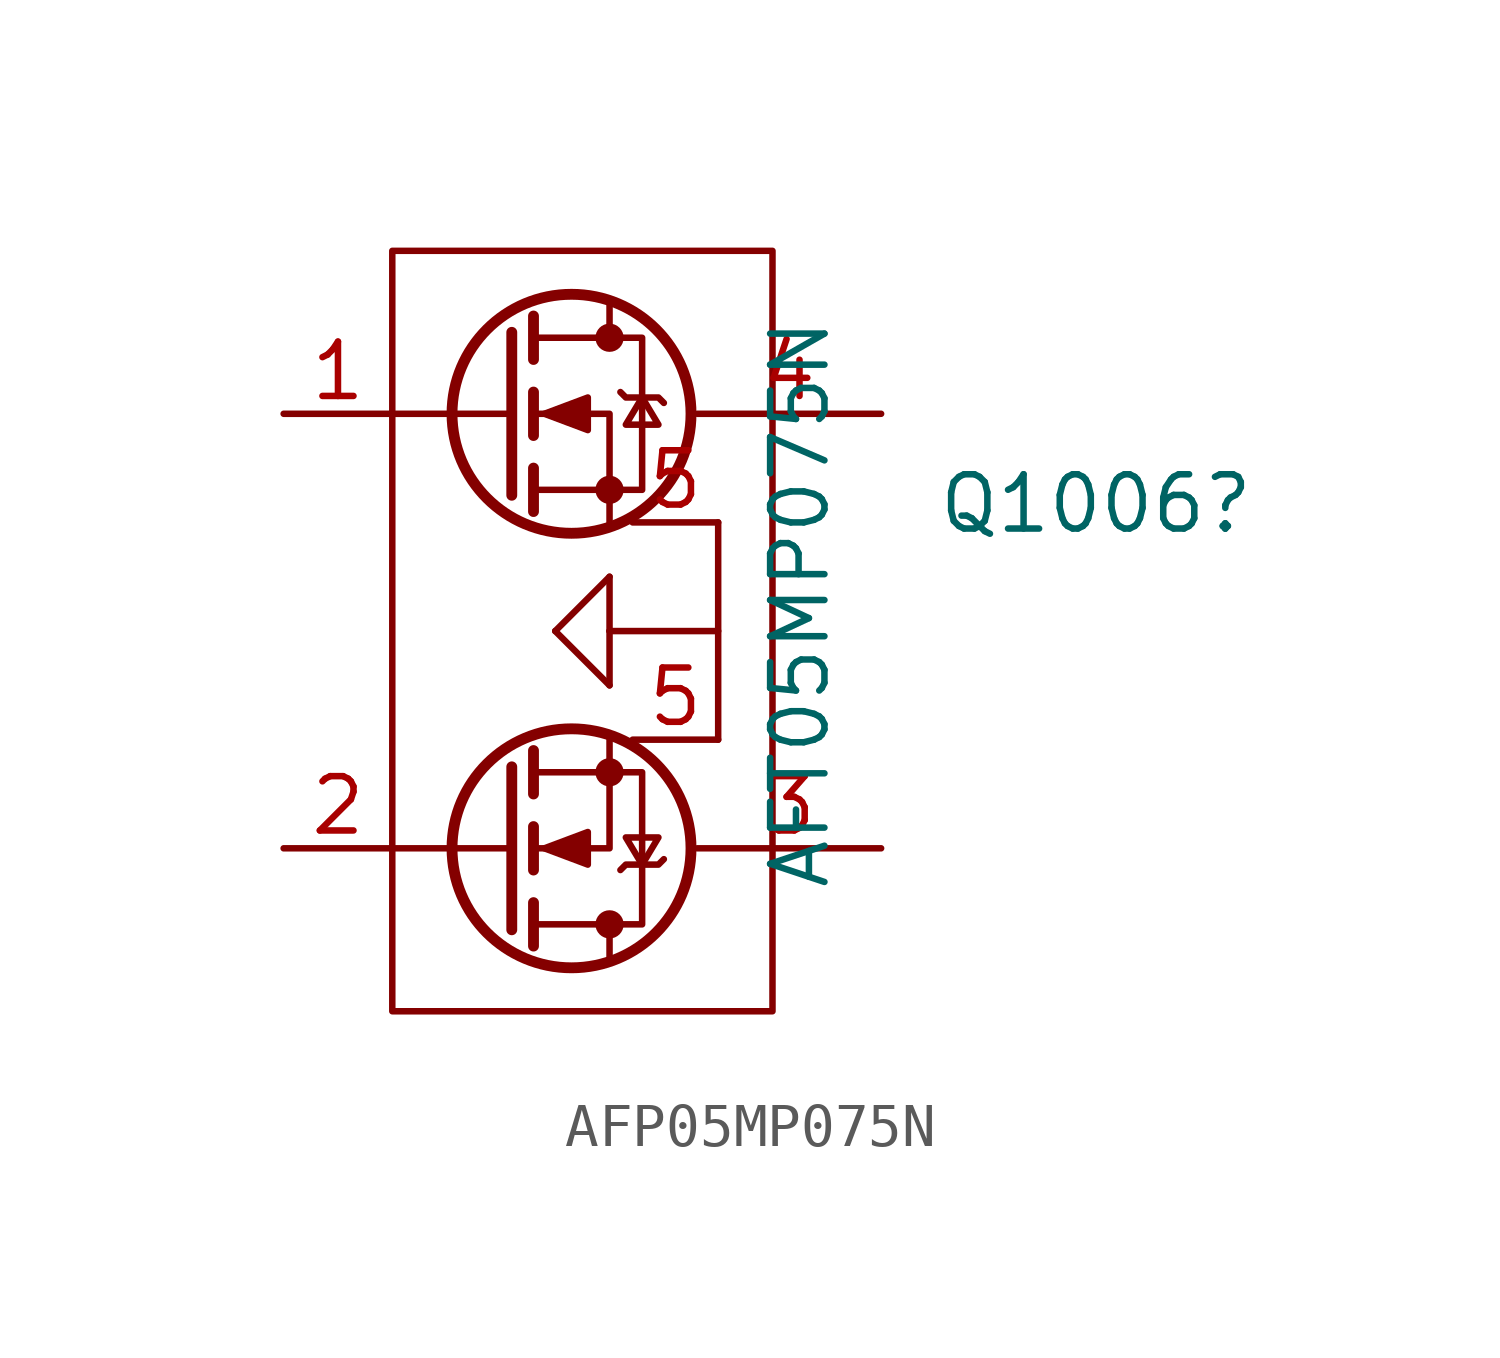
<source format=kicad_sym>
(kicad_symbol_lib
  (version 20211014)
  (generator kicad_symbol_editor)
  (symbol "AFP05MP075N"
    (pin_names
      (offset 0) hide)
    (property "Reference" "Q1006"
      (at 13.914 -2.104 0)
      (effects (font (size 1.27 1.27))))
    (property "Value" "AFT05MP075N"
      (at 6.985 -4.445 90)
      (effects (font (size 1.27 1.27))))
    (symbol "AFP05MP075N_0_1"
      (polyline (pts (xy 0.254 -12.065) (xy 0.254 -8.255)) (stroke (width 0.254) (type default) (color 0 0 0 0)) (fill (type none)))
      (polyline (pts (xy 0.254 -10.16) (xy -2.54 -10.16)) (stroke (width 0) (type default) (color 0 0 0 0)) (fill (type none)))
      (polyline (pts (xy 0.254 0) (xy -2.54 0)) (stroke (width 0) (type default) (color 0 0 0 0)) (fill (type none)))
      (polyline (pts (xy 0.254 1.905) (xy 0.254 -1.905)) (stroke (width 0.254) (type default) (color 0 0 0 0)) (fill (type none)))
      (polyline (pts (xy 0.762 -12.446) (xy 0.762 -11.43)) (stroke (width 0.254) (type default) (color 0 0 0 0)) (fill (type none)))
      (polyline (pts (xy 0.762 -10.668) (xy 0.762 -9.652)) (stroke (width 0.254) (type default) (color 0 0 0 0)) (fill (type none)))
      (polyline (pts (xy 0.762 -8.89) (xy 0.762 -7.874)) (stroke (width 0.254) (type default) (color 0 0 0 0)) (fill (type none)))
      (polyline (pts (xy 0.762 -1.27) (xy 0.762 -2.286)) (stroke (width 0.254) (type default) (color 0 0 0 0)) (fill (type none)))
      (polyline (pts (xy 0.762 0.508) (xy 0.762 -0.508)) (stroke (width 0.254) (type default) (color 0 0 0 0)) (fill (type none)))
      (polyline (pts (xy 0.762 2.286) (xy 0.762 1.27)) (stroke (width 0.254) (type default) (color 0 0 0 0)) (fill (type none)))
      (polyline (pts (xy 1.27 -5.08) (xy 2.54 -6.35)) (stroke (width 0.152) (type default) (color 0 0 0 0)) (fill (type none)))
      (polyline (pts (xy 2.54 -12.7) (xy 2.54 -11.938)) (stroke (width 0) (type default) (color 0 0 0 0)) (fill (type none)))
      (polyline (pts (xy 2.54 -5.08) (xy 2.54 -6.35)) (stroke (width 0.152) (type default) (color 0 0 0 0)) (fill (type none)))
      (polyline (pts (xy 2.54 -5.08) (xy 2.54 -3.81)) (stroke (width 0.152) (type default) (color 0 0 0 0)) (fill (type none)))
      (polyline (pts (xy 2.54 -3.81) (xy 1.27 -5.08)) (stroke (width 0.152) (type default) (color 0 0 0 0)) (fill (type none)))
      (polyline (pts (xy 2.54 2.54) (xy 2.54 1.778)) (stroke (width 0) (type default) (color 0 0 0 0)) (fill (type none)))
      (polyline (pts (xy 5.08 -5.08) (xy 2.54 -5.08)) (stroke (width 0.152) (type default) (color 0 0 0 0)) (fill (type none)))
      (polyline (pts (xy 5.08 -2.54) (xy 5.08 -7.62)) (stroke (width 0.152) (type default) (color 0 0 0 0)) (fill (type none)))
      (polyline (pts (xy 2.54 -7.62) (xy 2.54 -10.16) (xy 0.762 -10.16)) (stroke (width 0) (type default) (color 0 0 0 0)) (fill (type none)))
      (polyline (pts (xy 2.54 -2.54) (xy 2.54 0) (xy 0.762 0)) (stroke (width 0) (type default) (color 0 0 0 0)) (fill (type none)))
      (polyline (pts (xy 0.762 -8.382) (xy 3.302 -8.382) (xy 3.302 -11.938) (xy 0.762 -11.938)) (stroke (width 0) (type default) (color 0 0 0 0)) (fill (type none)))
      (polyline (pts (xy 0.762 -1.778) (xy 3.302 -1.778) (xy 3.302 1.778) (xy 0.762 1.778)) (stroke (width 0) (type default) (color 0 0 0 0)) (fill (type none)))
      (polyline (pts (xy 1.016 -10.16) (xy 2.032 -10.541) (xy 2.032 -9.779) (xy 1.016 -10.16)) (stroke (width 0) (type default) (color 0 0 0 0)) (fill (type outline)))
      (polyline (pts (xy 1.016 0) (xy 2.032 0.381) (xy 2.032 -0.381) (xy 1.016 0)) (stroke (width 0) (type default) (color 0 0 0 0)) (fill (type outline)))
      (polyline (pts (xy 2.794 -10.668) (xy 2.921 -10.541) (xy 3.683 -10.541) (xy 3.81 -10.414)) (stroke (width 0) (type default) (color 0 0 0 0)) (fill (type none)))
      (polyline (pts (xy 2.794 0.508) (xy 2.921 0.381) (xy 3.683 0.381) (xy 3.81 0.254)) (stroke (width 0) (type default) (color 0 0 0 0)) (fill (type none)))
      (polyline (pts (xy 3.302 -10.541) (xy 2.921 -9.906) (xy 3.683 -9.906) (xy 3.302 -10.541)) (stroke (width 0) (type default) (color 0 0 0 0)) (fill (type none)))
      (polyline (pts (xy 3.302 0.381) (xy 2.921 -0.254) (xy 3.683 -0.254) (xy 3.302 0.381)) (stroke (width 0) (type default) (color 0 0 0 0)) (fill (type none)))
      (circle (center 1.651 -10.16) (radius 2.794) (stroke (width 0.254) (type default) (color 0 0 0 0)) (fill (type none)))
      (circle (center 1.651 0) (radius 2.794) (stroke (width 0.254) (type default) (color 0 0 0 0)) (fill (type none)))
      (circle (center 2.54 -11.938) (radius 0.254) (stroke (width 0) (type default) (color 0 0 0 0)) (fill (type outline)))
      (circle (center 2.54 -8.382) (radius 0.254) (stroke (width 0) (type default) (color 0 0 0 0)) (fill (type outline)))
      (circle (center 2.54 -1.778) (radius 0.254) (stroke (width 0) (type default) (color 0 0 0 0)) (fill (type outline)))
      (circle (center 2.54 1.778) (radius 0.254) (stroke (width 0) (type default) (color 0 0 0 0)) (fill (type outline)))
      (rectangle (start 6.35 -13.97) (end -2.54 3.81) (stroke (width 0.152) (type default) (color 0 0 0 0)) (fill (type none))))
    (symbol "AFP05MP075N_1_1"
      (pin input line (at -5.08 0 0) (length 2.54) (name "G" (effects (font (size 1.27 1.27)))) (number "1" (effects (font (size 1.27 1.27)))))
      (pin input line (at -5.08 -10.16 0) (length 2.54) (name "G" (effects (font (size 1.27 1.27)))) (number "2" (effects (font (size 1.27 1.27)))))
      (pin output line (at 8.89 -10.16 180) (length 4.3) (name "D" (effects (font (size 1.27 1.27)))) (number "3" (effects (font (size 1.27 1.27)))))
      (pin output line (at 8.89 0 180) (length 4.3) (name "D" (effects (font (size 1.27 1.27)))) (number "4" (effects (font (size 1.27 1.27)))))
      (pin passive line (at 5.08 -7.62 180) (length 2) (name "S" (effects (font (size 1.27 1.27)))) (number "5" (effects (font (size 1.27 1.27)))))
      (pin passive line (at 5.08 -2.54 180) (length 2) (name "S" (effects (font (size 1.27 1.27)))) (number "5" (effects (font (size 1.27 1.27))))))))
</source>
